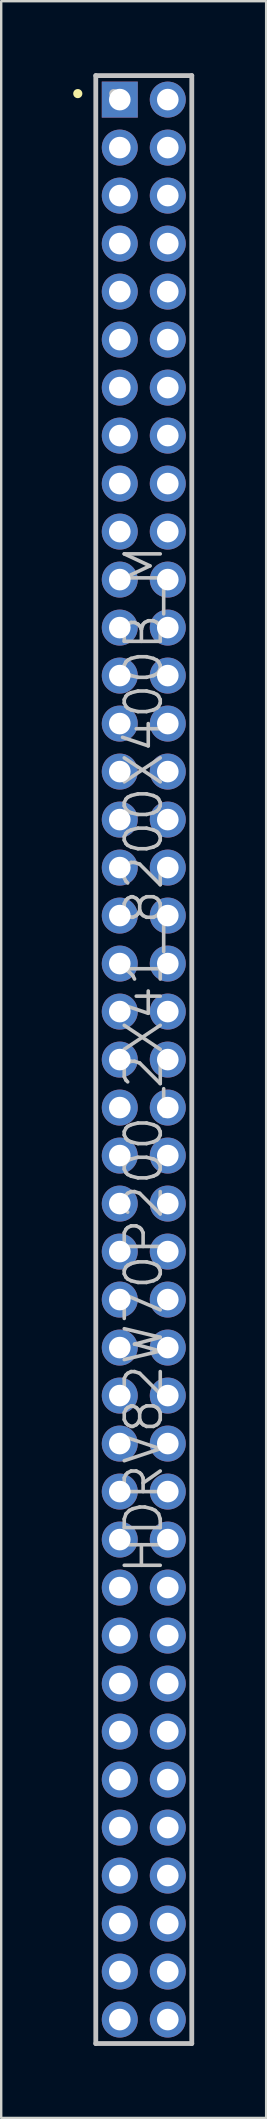
<source format=kicad_pcb>
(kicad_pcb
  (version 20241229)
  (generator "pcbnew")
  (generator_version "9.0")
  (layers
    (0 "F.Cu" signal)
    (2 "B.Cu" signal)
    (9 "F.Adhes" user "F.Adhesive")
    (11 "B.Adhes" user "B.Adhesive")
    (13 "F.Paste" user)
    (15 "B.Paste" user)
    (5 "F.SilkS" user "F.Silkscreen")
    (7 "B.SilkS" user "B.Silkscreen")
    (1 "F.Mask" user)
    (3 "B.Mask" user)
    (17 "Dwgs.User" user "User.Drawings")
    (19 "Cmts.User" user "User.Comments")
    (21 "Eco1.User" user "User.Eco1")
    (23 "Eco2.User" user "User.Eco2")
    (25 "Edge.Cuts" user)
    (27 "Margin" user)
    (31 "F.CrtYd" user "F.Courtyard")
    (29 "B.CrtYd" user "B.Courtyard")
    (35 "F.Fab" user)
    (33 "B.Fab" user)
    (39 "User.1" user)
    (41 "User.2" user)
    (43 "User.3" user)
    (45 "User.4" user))
  (footprint "HDRV82W70P200_2X41_8200X400B_M"
    (layer "F.Cu")
    (at 2.941 41.1)
    (property "Reference" "HDRV82W70P200_2X41_8200X400B_M" (at 0 0 90) (layer "Dwgs.User") (effects (font (size 1.5 1.5) (thickness 0.15))))
    (attr through_hole)
    (fp_line (start -2.75 -40.25) (end -2.75 -40.25) (stroke (width 0.381) (type solid)) (layer "F.SilkS"))
    (fp_line (start -2 -41) (end -2 41) (stroke (width 0.2) (type solid)) (layer "Dwgs.User"))
    (fp_line (start -2 -41) (end 2 -41) (stroke (width 0.2) (type solid)) (layer "Dwgs.User"))
    (fp_line (start -2 41) (end 2 41) (stroke (width 0.2) (type solid)) (layer "Dwgs.User"))
    (fp_line (start -1.25 -40.25) (end -1.25 -40.25) (stroke (width 0.381) (type solid)) (layer "Dwgs.User"))
    (fp_line (start 2 -41) (end 2 41) (stroke (width 0.2) (type solid)) (layer "Dwgs.User"))
    (pad "1" thru_hole rect (at -1 -40) (size 1.5 1.5) (drill 0.9) (layers "*.Cu" "*.Mask"))
    (pad "2" thru_hole circle (at 1 -40 270) (size 1.5 1.5) (drill 0.9) (layers "*.Cu" "*.Mask"))
    (pad "3" thru_hole circle (at -1 -38 270) (size 1.5 1.5) (drill 0.9) (layers "*.Cu" "*.Mask"))
    (pad "4" thru_hole circle (at 1 -38 270) (size 1.5 1.5) (drill 0.9) (layers "*.Cu" "*.Mask"))
    (pad "5" thru_hole circle (at -1 -36 270) (size 1.5 1.5) (drill 0.9) (layers "*.Cu" "*.Mask"))
    (pad "6" thru_hole circle (at 1 -36 270) (size 1.5 1.5) (drill 0.9) (layers "*.Cu" "*.Mask"))
    (pad "7" thru_hole circle (at -1 -34 270) (size 1.5 1.5) (drill 0.9) (layers "*.Cu" "*.Mask"))
    (pad "8" thru_hole circle (at 1 -34 270) (size 1.5 1.5) (drill 0.9) (layers "*.Cu" "*.Mask"))
    (pad "9" thru_hole circle (at -1 -32 270) (size 1.5 1.5) (drill 0.9) (layers "*.Cu" "*.Mask"))
    (pad "10" thru_hole circle (at 1 -32 270) (size 1.5 1.5) (drill 0.9) (layers "*.Cu" "*.Mask"))
    (pad "11" thru_hole circle (at -1 -30 270) (size 1.5 1.5) (drill 0.9) (layers "*.Cu" "*.Mask"))
    (pad "12" thru_hole circle (at 1 -30 270) (size 1.5 1.5) (drill 0.9) (layers "*.Cu" "*.Mask"))
    (pad "13" thru_hole circle (at -1 -28 270) (size 1.5 1.5) (drill 0.9) (layers "*.Cu" "*.Mask"))
    (pad "14" thru_hole circle (at 1 -28 270) (size 1.5 1.5) (drill 0.9) (layers "*.Cu" "*.Mask"))
    (pad "15" thru_hole circle (at -1 -26 270) (size 1.5 1.5) (drill 0.9) (layers "*.Cu" "*.Mask"))
    (pad "16" thru_hole circle (at 1 -26 270) (size 1.5 1.5) (drill 0.9) (layers "*.Cu" "*.Mask"))
    (pad "17" thru_hole circle (at -1 -24 270) (size 1.5 1.5) (drill 0.9) (layers "*.Cu" "*.Mask"))
    (pad "18" thru_hole circle (at 1 -24 270) (size 1.5 1.5) (drill 0.9) (layers "*.Cu" "*.Mask"))
    (pad "19" thru_hole circle (at -1 -22 270) (size 1.5 1.5) (drill 0.9) (layers "*.Cu" "*.Mask"))
    (pad "20" thru_hole circle (at 1 -22 270) (size 1.5 1.5) (drill 0.9) (layers "*.Cu" "*.Mask"))
    (pad "21" thru_hole circle (at -1 -20 270) (size 1.5 1.5) (drill 0.9) (layers "*.Cu" "*.Mask"))
    (pad "22" thru_hole circle (at 1 -20 270) (size 1.5 1.5) (drill 0.9) (layers "*.Cu" "*.Mask"))
    (pad "23" thru_hole circle (at -1 -18 270) (size 1.5 1.5) (drill 0.9) (layers "*.Cu" "*.Mask"))
    (pad "24" thru_hole circle (at 1 -18 270) (size 1.5 1.5) (drill 0.9) (layers "*.Cu" "*.Mask"))
    (pad "25" thru_hole circle (at -1 -16 270) (size 1.5 1.5) (drill 0.9) (layers "*.Cu" "*.Mask"))
    (pad "26" thru_hole circle (at 1 -16 270) (size 1.5 1.5) (drill 0.9) (layers "*.Cu" "*.Mask"))
    (pad "27" thru_hole circle (at -1 -14 270) (size 1.5 1.5) (drill 0.9) (layers "*.Cu" "*.Mask"))
    (pad "28" thru_hole circle (at 1 -14 270) (size 1.5 1.5) (drill 0.9) (layers "*.Cu" "*.Mask"))
    (pad "29" thru_hole circle (at -1 -12 270) (size 1.5 1.5) (drill 0.9) (layers "*.Cu" "*.Mask"))
    (pad "30" thru_hole circle (at 1 -12 270) (size 1.5 1.5) (drill 0.9) (layers "*.Cu" "*.Mask"))
    (pad "31" thru_hole circle (at -1 -10 270) (size 1.5 1.5) (drill 0.9) (layers "*.Cu" "*.Mask"))
    (pad "32" thru_hole circle (at 1 -10 270) (size 1.5 1.5) (drill 0.9) (layers "*.Cu" "*.Mask"))
    (pad "33" thru_hole circle (at -1 -8 270) (size 1.5 1.5) (drill 0.9) (layers "*.Cu" "*.Mask"))
    (pad "34" thru_hole circle (at 1 -8 270) (size 1.5 1.5) (drill 0.9) (layers "*.Cu" "*.Mask"))
    (pad "35" thru_hole circle (at -1 -6 270) (size 1.5 1.5) (drill 0.9) (layers "*.Cu" "*.Mask"))
    (pad "36" thru_hole circle (at 1 -6 270) (size 1.5 1.5) (drill 0.9) (layers "*.Cu" "*.Mask"))
    (pad "37" thru_hole circle (at -1 -4 270) (size 1.5 1.5) (drill 0.9) (layers "*.Cu" "*.Mask"))
    (pad "38" thru_hole circle (at 1 -4 270) (size 1.5 1.5) (drill 0.9) (layers "*.Cu" "*.Mask"))
    (pad "39" thru_hole circle (at -1 -2 270) (size 1.5 1.5) (drill 0.9) (layers "*.Cu" "*.Mask"))
    (pad "40" thru_hole circle (at 1 -2 270) (size 1.5 1.5) (drill 0.9) (layers "*.Cu" "*.Mask"))
    (pad "41" thru_hole circle (at -1 0 270) (size 1.5 1.5) (drill 0.9) (layers "*.Cu" "*.Mask"))
    (pad "42" thru_hole circle (at 1 0 270) (size 1.5 1.5) (drill 0.9) (layers "*.Cu" "*.Mask"))
    (pad "43" thru_hole circle (at -1 2 270) (size 1.5 1.5) (drill 0.9) (layers "*.Cu" "*.Mask"))
    (pad "44" thru_hole circle (at 1 2 270) (size 1.5 1.5) (drill 0.9) (layers "*.Cu" "*.Mask"))
    (pad "45" thru_hole circle (at -1 4 270) (size 1.5 1.5) (drill 0.9) (layers "*.Cu" "*.Mask"))
    (pad "46" thru_hole circle (at 1 4 270) (size 1.5 1.5) (drill 0.9) (layers "*.Cu" "*.Mask"))
    (pad "47" thru_hole circle (at -1 6 270) (size 1.5 1.5) (drill 0.9) (layers "*.Cu" "*.Mask"))
    (pad "48" thru_hole circle (at 1 6 270) (size 1.5 1.5) (drill 0.9) (layers "*.Cu" "*.Mask"))
    (pad "49" thru_hole circle (at -1 8 270) (size 1.5 1.5) (drill 0.9) (layers "*.Cu" "*.Mask"))
    (pad "50" thru_hole circle (at 1 8 270) (size 1.5 1.5) (drill 0.9) (layers "*.Cu" "*.Mask"))
    (pad "51" thru_hole circle (at -1 10 270) (size 1.5 1.5) (drill 0.9) (layers "*.Cu" "*.Mask"))
    (pad "52" thru_hole circle (at 1 10 270) (size 1.5 1.5) (drill 0.9) (layers "*.Cu" "*.Mask"))
    (pad "53" thru_hole circle (at -1 12 270) (size 1.5 1.5) (drill 0.9) (layers "*.Cu" "*.Mask"))
    (pad "54" thru_hole circle (at 1 12 270) (size 1.5 1.5) (drill 0.9) (layers "*.Cu" "*.Mask"))
    (pad "55" thru_hole circle (at -1 14 270) (size 1.5 1.5) (drill 0.9) (layers "*.Cu" "*.Mask"))
    (pad "56" thru_hole circle (at 1 14 270) (size 1.5 1.5) (drill 0.9) (layers "*.Cu" "*.Mask"))
    (pad "57" thru_hole circle (at -1 16 270) (size 1.5 1.5) (drill 0.9) (layers "*.Cu" "*.Mask"))
    (pad "58" thru_hole circle (at 1 16 270) (size 1.5 1.5) (drill 0.9) (layers "*.Cu" "*.Mask"))
    (pad "59" thru_hole circle (at -1 18 270) (size 1.5 1.5) (drill 0.9) (layers "*.Cu" "*.Mask"))
    (pad "60" thru_hole circle (at 1 18 270) (size 1.5 1.5) (drill 0.9) (layers "*.Cu" "*.Mask"))
    (pad "61" thru_hole circle (at -1 20 270) (size 1.5 1.5) (drill 0.9) (layers "*.Cu" "*.Mask"))
    (pad "62" thru_hole circle (at 1 20 270) (size 1.5 1.5) (drill 0.9) (layers "*.Cu" "*.Mask"))
    (pad "63" thru_hole circle (at -1 22 270) (size 1.5 1.5) (drill 0.9) (layers "*.Cu" "*.Mask"))
    (pad "64" thru_hole circle (at 1 22 270) (size 1.5 1.5) (drill 0.9) (layers "*.Cu" "*.Mask"))
    (pad "65" thru_hole circle (at -1 24 270) (size 1.5 1.5) (drill 0.9) (layers "*.Cu" "*.Mask"))
    (pad "66" thru_hole circle (at 1 24 270) (size 1.5 1.5) (drill 0.9) (layers "*.Cu" "*.Mask"))
    (pad "67" thru_hole circle (at -1 26 270) (size 1.5 1.5) (drill 0.9) (layers "*.Cu" "*.Mask"))
    (pad "68" thru_hole circle (at 1 26 270) (size 1.5 1.5) (drill 0.9) (layers "*.Cu" "*.Mask"))
    (pad "69" thru_hole circle (at -1 28 270) (size 1.5 1.5) (drill 0.9) (layers "*.Cu" "*.Mask"))
    (pad "70" thru_hole circle (at 1 28 270) (size 1.5 1.5) (drill 0.9) (layers "*.Cu" "*.Mask"))
    (pad "71" thru_hole circle (at -1 30 270) (size 1.5 1.5) (drill 0.9) (layers "*.Cu" "*.Mask"))
    (pad "72" thru_hole circle (at 1 30 270) (size 1.5 1.5) (drill 0.9) (layers "*.Cu" "*.Mask"))
    (pad "73" thru_hole circle (at -1 32 270) (size 1.5 1.5) (drill 0.9) (layers "*.Cu" "*.Mask"))
    (pad "74" thru_hole circle (at 1 32 270) (size 1.5 1.5) (drill 0.9) (layers "*.Cu" "*.Mask"))
    (pad "75" thru_hole circle (at -1 34 270) (size 1.5 1.5) (drill 0.9) (layers "*.Cu" "*.Mask"))
    (pad "76" thru_hole circle (at 1 34 270) (size 1.5 1.5) (drill 0.9) (layers "*.Cu" "*.Mask"))
    (pad "77" thru_hole circle (at -1 36 270) (size 1.5 1.5) (drill 0.9) (layers "*.Cu" "*.Mask"))
    (pad "78" thru_hole circle (at 1 36 270) (size 1.5 1.5) (drill 0.9) (layers "*.Cu" "*.Mask"))
    (pad "79" thru_hole circle (at -1 38 270) (size 1.5 1.5) (drill 0.9) (layers "*.Cu" "*.Mask"))
    (pad "80" thru_hole circle (at 1 38 270) (size 1.5 1.5) (drill 0.9) (layers "*.Cu" "*.Mask"))
    (pad "81" thru_hole circle (at -1 40 270) (size 1.5 1.5) (drill 0.9) (layers "*.Cu" "*.Mask"))
    (pad "82" thru_hole circle (at 1 40 270) (size 1.5 1.5) (drill 0.9) (layers "*.Cu" "*.Mask")))
  (gr_rect
    (start -3 -3)
    (end 8.04 85.2)
    (stroke (width 0.1) (type default))
    (fill no)
    (layer "Edge.Cuts")))
</source>
